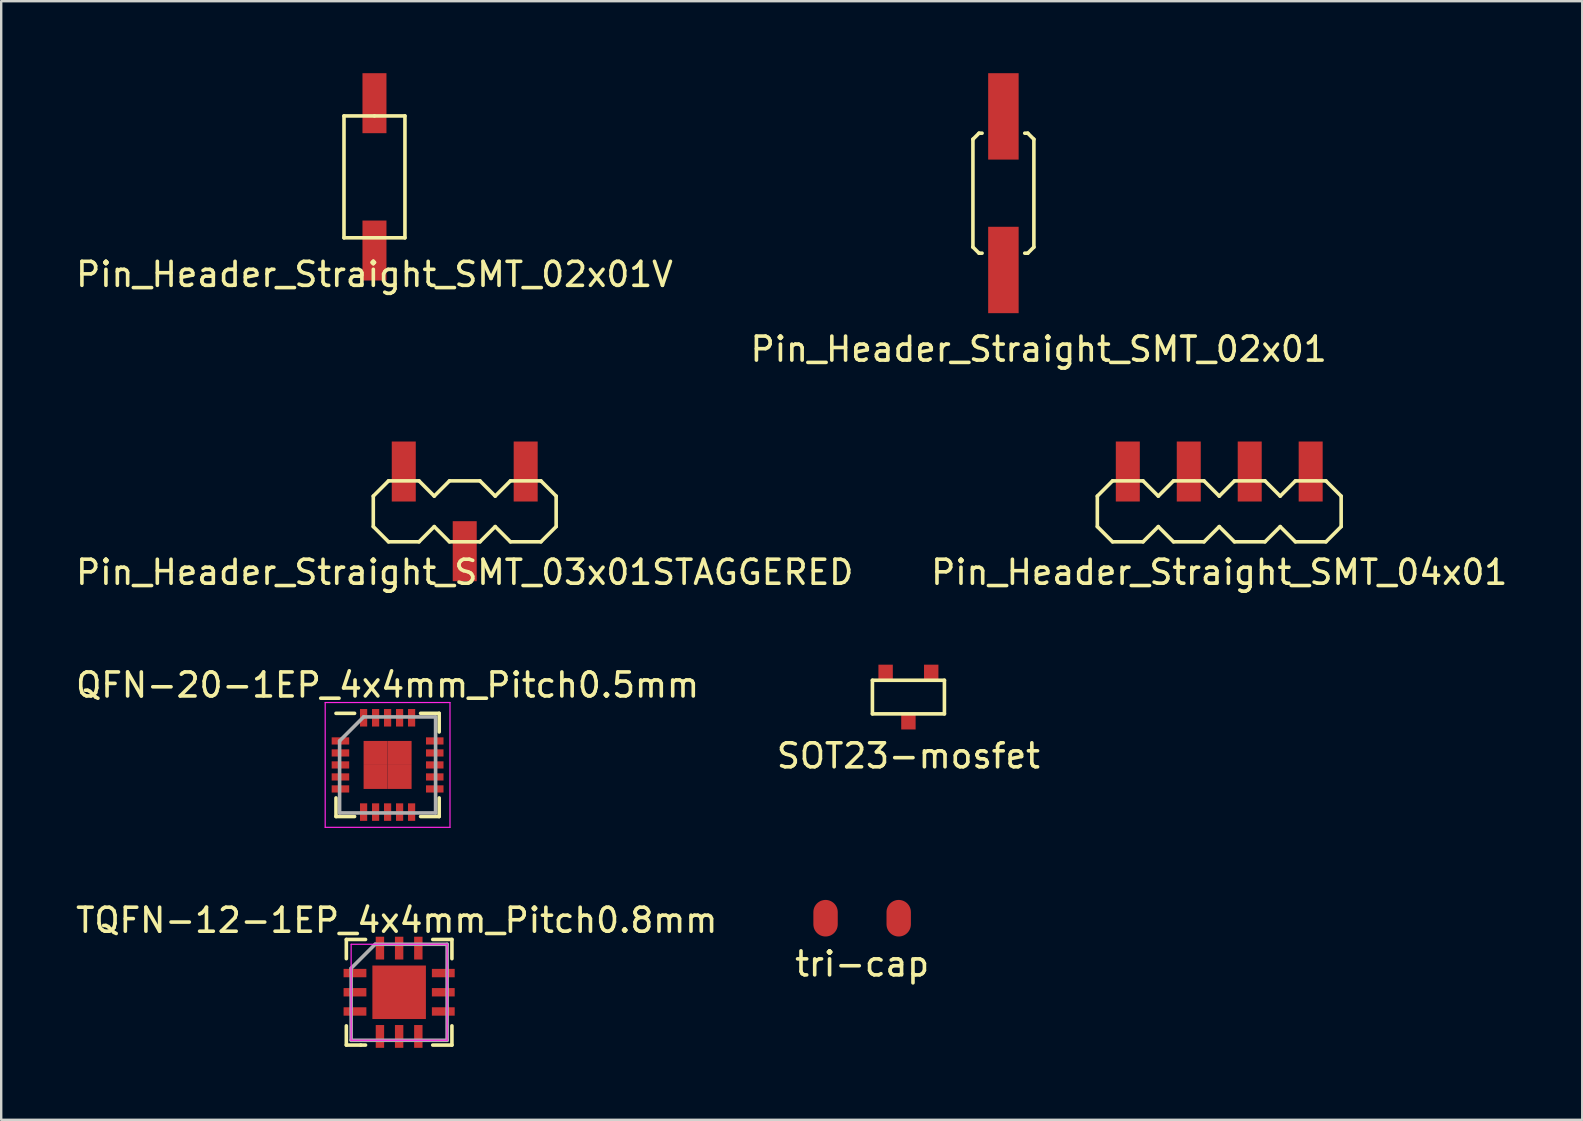
<source format=kicad_pcb>
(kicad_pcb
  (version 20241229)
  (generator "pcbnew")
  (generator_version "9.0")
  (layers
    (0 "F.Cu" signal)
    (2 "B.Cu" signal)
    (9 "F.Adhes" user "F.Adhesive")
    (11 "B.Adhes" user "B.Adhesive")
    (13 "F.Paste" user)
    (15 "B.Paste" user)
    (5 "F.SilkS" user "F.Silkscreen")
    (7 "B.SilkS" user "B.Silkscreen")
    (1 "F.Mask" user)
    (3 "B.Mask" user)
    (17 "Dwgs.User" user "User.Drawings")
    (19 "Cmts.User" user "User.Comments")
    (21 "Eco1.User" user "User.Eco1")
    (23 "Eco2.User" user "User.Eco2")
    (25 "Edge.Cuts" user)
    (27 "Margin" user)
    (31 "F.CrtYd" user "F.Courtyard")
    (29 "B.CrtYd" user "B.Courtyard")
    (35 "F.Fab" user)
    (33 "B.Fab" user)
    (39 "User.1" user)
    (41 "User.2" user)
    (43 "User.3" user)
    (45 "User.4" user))
  (footprint "Pin_Header_Straight_SMT_04x01"
    (layer "F.Cu")
    (at 47.756 18.258)
    (property "Reference" "Pin_Header_Straight_SMT_04x01" (at 0 2.54 0) (layer "F.SilkS") (effects (font (size 1 1) (thickness 0.15))))
    (attr smd)
    (fp_line (start -5.08 -0.635) (end -5.08 0.635) (stroke (width 0.15) (type solid)) (layer "F.SilkS"))
    (fp_line (start -5.08 0.635) (end -4.445 1.27) (stroke (width 0.15) (type solid)) (layer "F.SilkS"))
    (fp_line (start -4.445 -1.27) (end -5.08 -0.635) (stroke (width 0.15) (type solid)) (layer "F.SilkS"))
    (fp_line (start -4.445 1.27) (end -3.175 1.27) (stroke (width 0.15) (type solid)) (layer "F.SilkS"))
    (fp_line (start -3.175 -1.27) (end -4.445 -1.27) (stroke (width 0.15) (type solid)) (layer "F.SilkS"))
    (fp_line (start -3.175 1.27) (end -2.54 0.635) (stroke (width 0.15) (type solid)) (layer "F.SilkS"))
    (fp_line (start -2.54 -0.635) (end -3.175 -1.27) (stroke (width 0.15) (type solid)) (layer "F.SilkS"))
    (fp_line (start -2.54 0.635) (end -1.905 1.27) (stroke (width 0.15) (type solid)) (layer "F.SilkS"))
    (fp_line (start -1.905 -1.27) (end -2.54 -0.635) (stroke (width 0.15) (type solid)) (layer "F.SilkS"))
    (fp_line (start -1.905 1.27) (end -0.635 1.27) (stroke (width 0.15) (type solid)) (layer "F.SilkS"))
    (fp_line (start -0.635 -1.27) (end -1.905 -1.27) (stroke (width 0.15) (type solid)) (layer "F.SilkS"))
    (fp_line (start -0.635 1.27) (end 0 0.635) (stroke (width 0.15) (type solid)) (layer "F.SilkS"))
    (fp_line (start 0 -0.635) (end -0.635 -1.27) (stroke (width 0.15) (type solid)) (layer "F.SilkS"))
    (fp_line (start 0 0.635) (end 0.635 1.27) (stroke (width 0.15) (type solid)) (layer "F.SilkS"))
    (fp_line (start 0.635 -1.27) (end 0 -0.635) (stroke (width 0.15) (type solid)) (layer "F.SilkS"))
    (fp_line (start 0.635 1.27) (end 1.905 1.27) (stroke (width 0.15) (type solid)) (layer "F.SilkS"))
    (fp_line (start 1.905 -1.27) (end 0.635 -1.27) (stroke (width 0.15) (type solid)) (layer "F.SilkS"))
    (fp_line (start 1.905 1.27) (end 2.54 0.635) (stroke (width 0.15) (type solid)) (layer "F.SilkS"))
    (fp_line (start 2.54 -0.635) (end 1.905 -1.27) (stroke (width 0.15) (type solid)) (layer "F.SilkS"))
    (fp_line (start 2.54 -0.635) (end 3.175 -1.27) (stroke (width 0.15) (type solid)) (layer "F.SilkS"))
    (fp_line (start 3.175 -1.27) (end 4.445 -1.27) (stroke (width 0.15) (type solid)) (layer "F.SilkS"))
    (fp_line (start 3.175 1.27) (end 2.54 0.635) (stroke (width 0.15) (type solid)) (layer "F.SilkS"))
    (fp_line (start 4.445 -1.27) (end 5.08 -0.635) (stroke (width 0.15) (type solid)) (layer "F.SilkS"))
    (fp_line (start 4.445 1.27) (end 3.175 1.27) (stroke (width 0.15) (type solid)) (layer "F.SilkS"))
    (fp_line (start 5.08 -0.635) (end 5.08 0.635) (stroke (width 0.15) (type solid)) (layer "F.SilkS"))
    (fp_line (start 5.08 0.635) (end 4.445 1.27) (stroke (width 0.15) (type solid)) (layer "F.SilkS"))
    (pad "1" smd rect (at -3.81 -1.66) (size 1 2.5) (layers "F.Cu" "F.Mask" "F.Paste"))
    (pad "2" smd rect (at -1.27 -1.66) (size 1 2.5) (layers "F.Cu" "F.Mask" "F.Paste"))
    (pad "3" smd rect (at 1.27 -1.66) (size 1 2.5) (layers "F.Cu" "F.Mask" "F.Paste"))
    (pad "4" smd rect (at 3.81 -1.66) (size 1 2.5) (layers "F.Cu" "F.Mask" "F.Paste")))
  (footprint "TQFN-12-1EP_4x4mm_Pitch0.8mm"
    (layer "F.Cu")
    (at 13.582 38.298)
    (property "Reference" "TQFN-12-1EP_4x4mm_Pitch0.8mm" (at -0.1 -3 0) (layer "F.SilkS") (effects (font (size 1 1) (thickness 0.15))))
    (attr smd)
    (fp_line (start -2.2 -2.2) (end -2.2 -1.4) (stroke (width 0.15) (type solid)) (layer "F.SilkS"))
    (fp_line (start -2.2 1.4) (end -2.2 2.2) (stroke (width 0.15) (type solid)) (layer "F.SilkS"))
    (fp_line (start -2.2 2.2) (end -1.6 2.2) (stroke (width 0.15) (type solid)) (layer "F.SilkS"))
    (fp_line (start -1.4 -2.2) (end -2.2 -2.2) (stroke (width 0.15) (type solid)) (layer "F.SilkS"))
    (fp_line (start -1.4 2.2) (end -1.6 2.2) (stroke (width 0.15) (type solid)) (layer "F.SilkS"))
    (fp_line (start 1.4 -2.2) (end 2.2 -2.2) (stroke (width 0.15) (type solid)) (layer "F.SilkS"))
    (fp_line (start 1.4 2.2) (end 2.2 2.2) (stroke (width 0.15) (type solid)) (layer "F.SilkS"))
    (fp_line (start 2.2 -2.2) (end 2.2 -1.4) (stroke (width 0.15) (type solid)) (layer "F.SilkS"))
    (fp_line (start 2.2 2.2) (end 2.2 1.4) (stroke (width 0.15) (type solid)) (layer "F.SilkS"))
    (fp_line (start -2 -2) (end -2 2) (stroke (width 0.05) (type solid)) (layer "F.CrtYd"))
    (fp_line (start -2 -2) (end 2 -2) (stroke (width 0.05) (type solid)) (layer "F.CrtYd"))
    (fp_line (start -2 2) (end 2 2) (stroke (width 0.05) (type solid)) (layer "F.CrtYd"))
    (fp_line (start 2 -2) (end 2 2) (stroke (width 0.05) (type solid)) (layer "F.CrtYd"))
    (fp_line (start -2 -1) (end -1 -2) (stroke (width 0.15) (type solid)) (layer "F.Fab"))
    (fp_line (start -2 2) (end -2 -1) (stroke (width 0.15) (type solid)) (layer "F.Fab"))
    (fp_line (start -1 -2) (end 2 -2) (stroke (width 0.15) (type solid)) (layer "F.Fab"))
    (fp_line (start 2 -2) (end 2 2) (stroke (width 0.15) (type solid)) (layer "F.Fab"))
    (fp_line (start 2 2) (end -2 2) (stroke (width 0.15) (type solid)) (layer "F.Fab"))
    (pad "1" smd rect (at -1.84 -0.8) (size 0.95 0.35) (layers "F.Cu" "F.Mask" "F.Paste"))
    (pad "2" smd rect (at -1.84 0) (size 0.95 0.35) (layers "F.Cu" "F.Mask" "F.Paste"))
    (pad "3" smd rect (at -1.84 0.8) (size 0.95 0.35) (layers "F.Cu" "F.Mask" "F.Paste"))
    (pad "4" smd rect (at -0.8 1.84 90) (size 0.95 0.35) (layers "F.Cu" "F.Mask" "F.Paste"))
    (pad "5" smd rect (at 0 1.84 90) (size 0.95 0.35) (layers "F.Cu" "F.Mask" "F.Paste"))
    (pad "6" smd rect (at 0.8 1.84 90) (size 0.95 0.35) (layers "F.Cu" "F.Mask" "F.Paste"))
    (pad "7" smd rect (at 1.84 0.8) (size 0.95 0.35) (layers "F.Cu" "F.Mask" "F.Paste"))
    (pad "8" smd rect (at 1.84 0) (size 0.95 0.35) (layers "F.Cu" "F.Mask" "F.Paste"))
    (pad "9" smd rect (at 1.84 -0.8) (size 0.95 0.35) (layers "F.Cu" "F.Mask" "F.Paste"))
    (pad "10" smd rect (at 0.8 -1.84 90) (size 0.95 0.35) (layers "F.Cu" "F.Mask" "F.Paste"))
    (pad "11" smd rect (at 0 -1.84 90) (size 0.95 0.35) (layers "F.Cu" "F.Mask" "F.Paste"))
    (pad "12" smd rect (at -0.8 -1.84 90) (size 0.95 0.35) (layers "F.Cu" "F.Mask" "F.Paste"))
    (pad "EP" smd rect (at 0 0) (size 2.23 2.23) (layers "F.Cu" "F.Mask" "F.Paste")))
  (footprint "Pin_Header_Straight_SMT_03x01STAGGERED"
    (layer "F.Cu")
    (at 16.315 18.258)
    (property "Reference" "Pin_Header_Straight_SMT_03x01STAGGERED" (at 0 2.54 0) (layer "F.SilkS") (effects (font (size 1 1) (thickness 0.15))))
    (attr smd)
    (fp_line (start -3.81 -0.635) (end -3.81 0.635) (stroke (width 0.15) (type solid)) (layer "F.SilkS"))
    (fp_line (start -3.81 0.635) (end -3.175 1.27) (stroke (width 0.15) (type solid)) (layer "F.SilkS"))
    (fp_line (start -3.175 -1.27) (end -3.81 -0.635) (stroke (width 0.15) (type solid)) (layer "F.SilkS"))
    (fp_line (start -3.175 1.27) (end -1.905 1.27) (stroke (width 0.15) (type solid)) (layer "F.SilkS"))
    (fp_line (start -1.905 -1.27) (end -3.175 -1.27) (stroke (width 0.15) (type solid)) (layer "F.SilkS"))
    (fp_line (start -1.905 1.27) (end -1.27 0.635) (stroke (width 0.15) (type solid)) (layer "F.SilkS"))
    (fp_line (start -1.27 -0.635) (end -1.905 -1.27) (stroke (width 0.15) (type solid)) (layer "F.SilkS"))
    (fp_line (start -1.27 0.635) (end -0.635 1.27) (stroke (width 0.15) (type solid)) (layer "F.SilkS"))
    (fp_line (start -0.635 -1.27) (end -1.27 -0.635) (stroke (width 0.15) (type solid)) (layer "F.SilkS"))
    (fp_line (start -0.635 1.27) (end 0.635 1.27) (stroke (width 0.15) (type solid)) (layer "F.SilkS"))
    (fp_line (start 0.635 -1.27) (end -0.635 -1.27) (stroke (width 0.15) (type solid)) (layer "F.SilkS"))
    (fp_line (start 0.635 1.27) (end 1.27 0.635) (stroke (width 0.15) (type solid)) (layer "F.SilkS"))
    (fp_line (start 1.27 -0.635) (end 0.635 -1.27) (stroke (width 0.15) (type solid)) (layer "F.SilkS"))
    (fp_line (start 1.27 0.635) (end 1.905 1.27) (stroke (width 0.15) (type solid)) (layer "F.SilkS"))
    (fp_line (start 1.905 -1.27) (end 1.27 -0.635) (stroke (width 0.15) (type solid)) (layer "F.SilkS"))
    (fp_line (start 1.905 1.27) (end 3.175 1.27) (stroke (width 0.15) (type solid)) (layer "F.SilkS"))
    (fp_line (start 3.175 -1.27) (end 1.905 -1.27) (stroke (width 0.15) (type solid)) (layer "F.SilkS"))
    (fp_line (start 3.175 1.27) (end 3.81 0.635) (stroke (width 0.15) (type solid)) (layer "F.SilkS"))
    (fp_line (start 3.81 -0.635) (end 3.175 -1.27) (stroke (width 0.15) (type solid)) (layer "F.SilkS"))
    (fp_line (start 3.81 0.635) (end 3.81 -0.635) (stroke (width 0.15) (type solid)) (layer "F.SilkS"))
    (pad "1" smd rect (at -2.54 -1.66) (size 1 2.5) (layers "F.Cu" "F.Mask" "F.Paste"))
    (pad "2" smd rect (at 0 1.66) (size 1 2.5) (layers "F.Cu" "F.Mask" "F.Paste"))
    (pad "3" smd rect (at 2.54 -1.66) (size 1 2.5) (layers "F.Cu" "F.Mask" "F.Paste")))
  (footprint "tri-cap"
    (layer "F.Cu")
    (at 32.875 35.212)
    (property "Reference" "tri-cap" (at 0 1.905 0) (layer "F.SilkS") (effects (font (size 1 1) (thickness 0.15))))
    (attr through_hole)
    (pad "1" smd oval (at -1.524 0) (size 1.016 1.524) (layers "F.Cu" "F.Mask" "F.Paste"))
    (pad "2" smd oval (at 1.524 0) (size 1.016 1.524) (layers "F.Cu" "F.Mask" "F.Paste")))
  (footprint "Pin_Header_Straight_SMT_02x01V"
    (layer "F.Cu")
    (at 12.554 4.32)
    (property "Reference" "Pin_Header_Straight_SMT_02x01V" (at 0 4.064 0) (layer "F.SilkS") (effects (font (size 1 1) (thickness 0.15))))
    (attr smd)
    (fp_line (start -1.27 -2.54) (end -1.27 2.54) (stroke (width 0.15) (type solid)) (layer "F.SilkS"))
    (fp_line (start -1.27 2.54) (end 1.27 2.54) (stroke (width 0.15) (type solid)) (layer "F.SilkS"))
    (fp_line (start 0 -2.54) (end -1.27 -2.54) (stroke (width 0.15) (type solid)) (layer "F.SilkS"))
    (fp_line (start 1.27 -2.54) (end 0 -2.54) (stroke (width 0.15) (type solid)) (layer "F.SilkS"))
    (fp_line (start 1.27 2.54) (end 1.27 -2.54) (stroke (width 0.15) (type solid)) (layer "F.SilkS"))
    (pad "1" smd rect (at 0 -3.07) (size 1 2.5) (layers "F.Cu" "F.Mask" "F.Paste"))
    (pad "2" smd rect (at 0 3.07) (size 1 2.5) (layers "F.Cu" "F.Mask" "F.Paste")))
  (footprint "QFN-20-1EP_4x4mm_Pitch0.5mm"
    (layer "F.Cu")
    (at 13.101 28.825)
    (property "Reference" "QFN-20-1EP_4x4mm_Pitch0.5mm" (at 0 -3.33 0) (layer "F.SilkS") (effects (font (size 1 1) (thickness 0.15))))
    (attr smd)
    (fp_line (start -2.15 -2.15) (end -1.375 -2.15) (stroke (width 0.15) (type solid)) (layer "F.SilkS"))
    (fp_line (start -2.15 2.15) (end -2.15 1.375) (stroke (width 0.15) (type solid)) (layer "F.SilkS"))
    (fp_line (start -2.15 2.15) (end -1.375 2.15) (stroke (width 0.15) (type solid)) (layer "F.SilkS"))
    (fp_line (start 2.15 -2.15) (end 1.375 -2.15) (stroke (width 0.15) (type solid)) (layer "F.SilkS"))
    (fp_line (start 2.15 -2.15) (end 2.15 -1.375) (stroke (width 0.15) (type solid)) (layer "F.SilkS"))
    (fp_line (start 2.15 2.15) (end 1.375 2.15) (stroke (width 0.15) (type solid)) (layer "F.SilkS"))
    (fp_line (start 2.15 2.15) (end 2.15 1.375) (stroke (width 0.15) (type solid)) (layer "F.SilkS"))
    (fp_line (start -2.6 -2.6) (end -2.6 2.6) (stroke (width 0.05) (type solid)) (layer "F.CrtYd"))
    (fp_line (start -2.6 -2.6) (end 2.6 -2.6) (stroke (width 0.05) (type solid)) (layer "F.CrtYd"))
    (fp_line (start -2.6 2.6) (end 2.6 2.6) (stroke (width 0.05) (type solid)) (layer "F.CrtYd"))
    (fp_line (start 2.6 -2.6) (end 2.6 2.6) (stroke (width 0.05) (type solid)) (layer "F.CrtYd"))
    (fp_line (start -2 -1) (end -1 -2) (stroke (width 0.15) (type solid)) (layer "F.Fab"))
    (fp_line (start -2 2) (end -2 -1) (stroke (width 0.15) (type solid)) (layer "F.Fab"))
    (fp_line (start -1 -2) (end 2 -2) (stroke (width 0.15) (type solid)) (layer "F.Fab"))
    (fp_line (start 2 -2) (end 2 2) (stroke (width 0.15) (type solid)) (layer "F.Fab"))
    (fp_line (start 2 2) (end -2 2) (stroke (width 0.15) (type solid)) (layer "F.Fab"))
    (pad "1" smd rect (at -1.965 -1) (size 0.73 0.3) (layers "F.Cu" "F.Mask" "F.Paste"))
    (pad "2" smd rect (at -1.965 -0.5) (size 0.73 0.3) (layers "F.Cu" "F.Mask" "F.Paste"))
    (pad "3" smd rect (at -1.965 0) (size 0.73 0.3) (layers "F.Cu" "F.Mask" "F.Paste"))
    (pad "4" smd rect (at -1.965 0.5) (size 0.73 0.3) (layers "F.Cu" "F.Mask" "F.Paste"))
    (pad "5" smd rect (at -1.965 1) (size 0.73 0.3) (layers "F.Cu" "F.Mask" "F.Paste"))
    (pad "6" smd rect (at -1 1.965 90) (size 0.73 0.3) (layers "F.Cu" "F.Mask" "F.Paste"))
    (pad "7" smd rect (at -0.5 1.965 90) (size 0.73 0.3) (layers "F.Cu" "F.Mask" "F.Paste"))
    (pad "8" smd rect (at 0 1.965 90) (size 0.73 0.3) (layers "F.Cu" "F.Mask" "F.Paste"))
    (pad "9" smd rect (at 0.5 1.965 90) (size 0.73 0.3) (layers "F.Cu" "F.Mask" "F.Paste"))
    (pad "10" smd rect (at 1 1.965 90) (size 0.73 0.3) (layers "F.Cu" "F.Mask" "F.Paste"))
    (pad "11" smd rect (at 1.965 1) (size 0.73 0.3) (layers "F.Cu" "F.Mask" "F.Paste"))
    (pad "12" smd rect (at 1.965 0.5) (size 0.73 0.3) (layers "F.Cu" "F.Mask" "F.Paste"))
    (pad "13" smd rect (at 1.965 0) (size 0.73 0.3) (layers "F.Cu" "F.Mask" "F.Paste"))
    (pad "14" smd rect (at 1.965 -0.5) (size 0.73 0.3) (layers "F.Cu" "F.Mask" "F.Paste"))
    (pad "15" smd rect (at 1.965 -1) (size 0.73 0.3) (layers "F.Cu" "F.Mask" "F.Paste"))
    (pad "16" smd rect (at 1 -1.965 90) (size 0.73 0.3) (layers "F.Cu" "F.Mask" "F.Paste"))
    (pad "17" smd rect (at 0.5 -1.965 90) (size 0.73 0.3) (layers "F.Cu" "F.Mask" "F.Paste"))
    (pad "18" smd rect (at 0 -1.965 90) (size 0.73 0.3) (layers "F.Cu" "F.Mask" "F.Paste"))
    (pad "19" smd rect (at -0.5 -1.965 90) (size 0.73 0.3) (layers "F.Cu" "F.Mask" "F.Paste"))
    (pad "20" smd rect (at -1 -1.965 90) (size 0.73 0.3) (layers "F.Cu" "F.Mask" "F.Paste"))
    (pad "21" smd rect (at -0.5 -0.5) (size 1 1) (layers "F.Cu" "F.Mask" "F.Paste"))
    (pad "21" smd rect (at -0.5 0.5) (size 1 1) (layers "F.Cu" "F.Mask" "F.Paste"))
    (pad "21" smd rect (at 0.5 -0.5) (size 1 1) (layers "F.Cu" "F.Mask" "F.Paste"))
    (pad "21" smd rect (at 0.5 0.5) (size 1 1) (layers "F.Cu" "F.Mask" "F.Paste")))
  (footprint "Pin_Header_Straight_SMT_02x01"
    (layer "F.Cu")
    (at 38.762 5)
    (property "Reference" "Pin_Header_Straight_SMT_02x01" (at 1.47 6.5 0) (layer "F.SilkS") (effects (font (size 1 1) (thickness 0.15))))
    (attr smd)
    (fp_line (start -1.27 -2.246) (end -1.016 -2.5) (stroke (width 0.15) (type solid)) (layer "F.SilkS"))
    (fp_line (start -1.27 2.25) (end -1.27 -2.25) (stroke (width 0.15) (type solid)) (layer "F.SilkS"))
    (fp_line (start -1.016 -2.5) (end -0.889 -2.5) (stroke (width 0.15) (type solid)) (layer "F.SilkS"))
    (fp_line (start -1.016 2.5) (end -1.27 2.246) (stroke (width 0.15) (type solid)) (layer "F.SilkS"))
    (fp_line (start -0.889 2.5) (end -1.016 2.5) (stroke (width 0.15) (type solid)) (layer "F.SilkS"))
    (fp_line (start 0.889 -2.5) (end 1.016 -2.5) (stroke (width 0.15) (type solid)) (layer "F.SilkS"))
    (fp_line (start 1.016 -2.5) (end 1.27 -2.246) (stroke (width 0.15) (type solid)) (layer "F.SilkS"))
    (fp_line (start 1.016 2.5) (end 0.889 2.5) (stroke (width 0.15) (type solid)) (layer "F.SilkS"))
    (fp_line (start 1.27 2.246) (end 1.016 2.5) (stroke (width 0.15) (type solid)) (layer "F.SilkS"))
    (fp_line (start 1.27 2.25) (end 1.27 -2.25) (stroke (width 0.15) (type solid)) (layer "F.SilkS"))
    (pad "1" smd rect (at 0 -3.2) (size 1.27 3.6) (layers "F.Cu" "F.Mask" "F.Paste"))
    (pad "2" smd rect (at 0 3.2) (size 1.27 3.6) (layers "F.Cu" "F.Mask" "F.Paste")))
  (footprint "SOT23-mosfet"
    (layer "F.Cu")
    (at 34.804 25.997)
    (property "Reference" "SOT23-mosfet" (at 0 2.45 0) (layer "F.SilkS") (effects (font (size 1 1) (thickness 0.15))))
    (attr through_hole)
    (fp_line (start -1.5 -0.7) (end 1.5 -0.7) (stroke (width 0.15) (type solid)) (layer "F.SilkS"))
    (fp_line (start -1.5 0.7) (end -1.5 -0.7) (stroke (width 0.15) (type solid)) (layer "F.SilkS"))
    (fp_line (start 1.5 -0.7) (end 1.5 0.7) (stroke (width 0.15) (type solid)) (layer "F.SilkS"))
    (fp_line (start 1.5 0.7) (end -1.5 0.7) (stroke (width 0.15) (type solid)) (layer "F.SilkS"))
    (pad "1" smd rect (at 0.95 -1) (size 0.6 0.7) (layers "F.Cu" "F.Mask" "F.Paste"))
    (pad "2" smd rect (at 0 1) (size 0.6 0.7) (layers "F.Cu" "F.Mask" "F.Paste"))
    (pad "3" smd rect (at -0.95 -1) (size 0.6 0.7) (layers "F.Cu" "F.Mask" "F.Paste")))
  (gr_rect
    (start -3 -3)
    (end 62.881 43.613)
    (stroke (width 0.1) (type default))
    (fill no)
    (layer "Edge.Cuts")))
</source>
